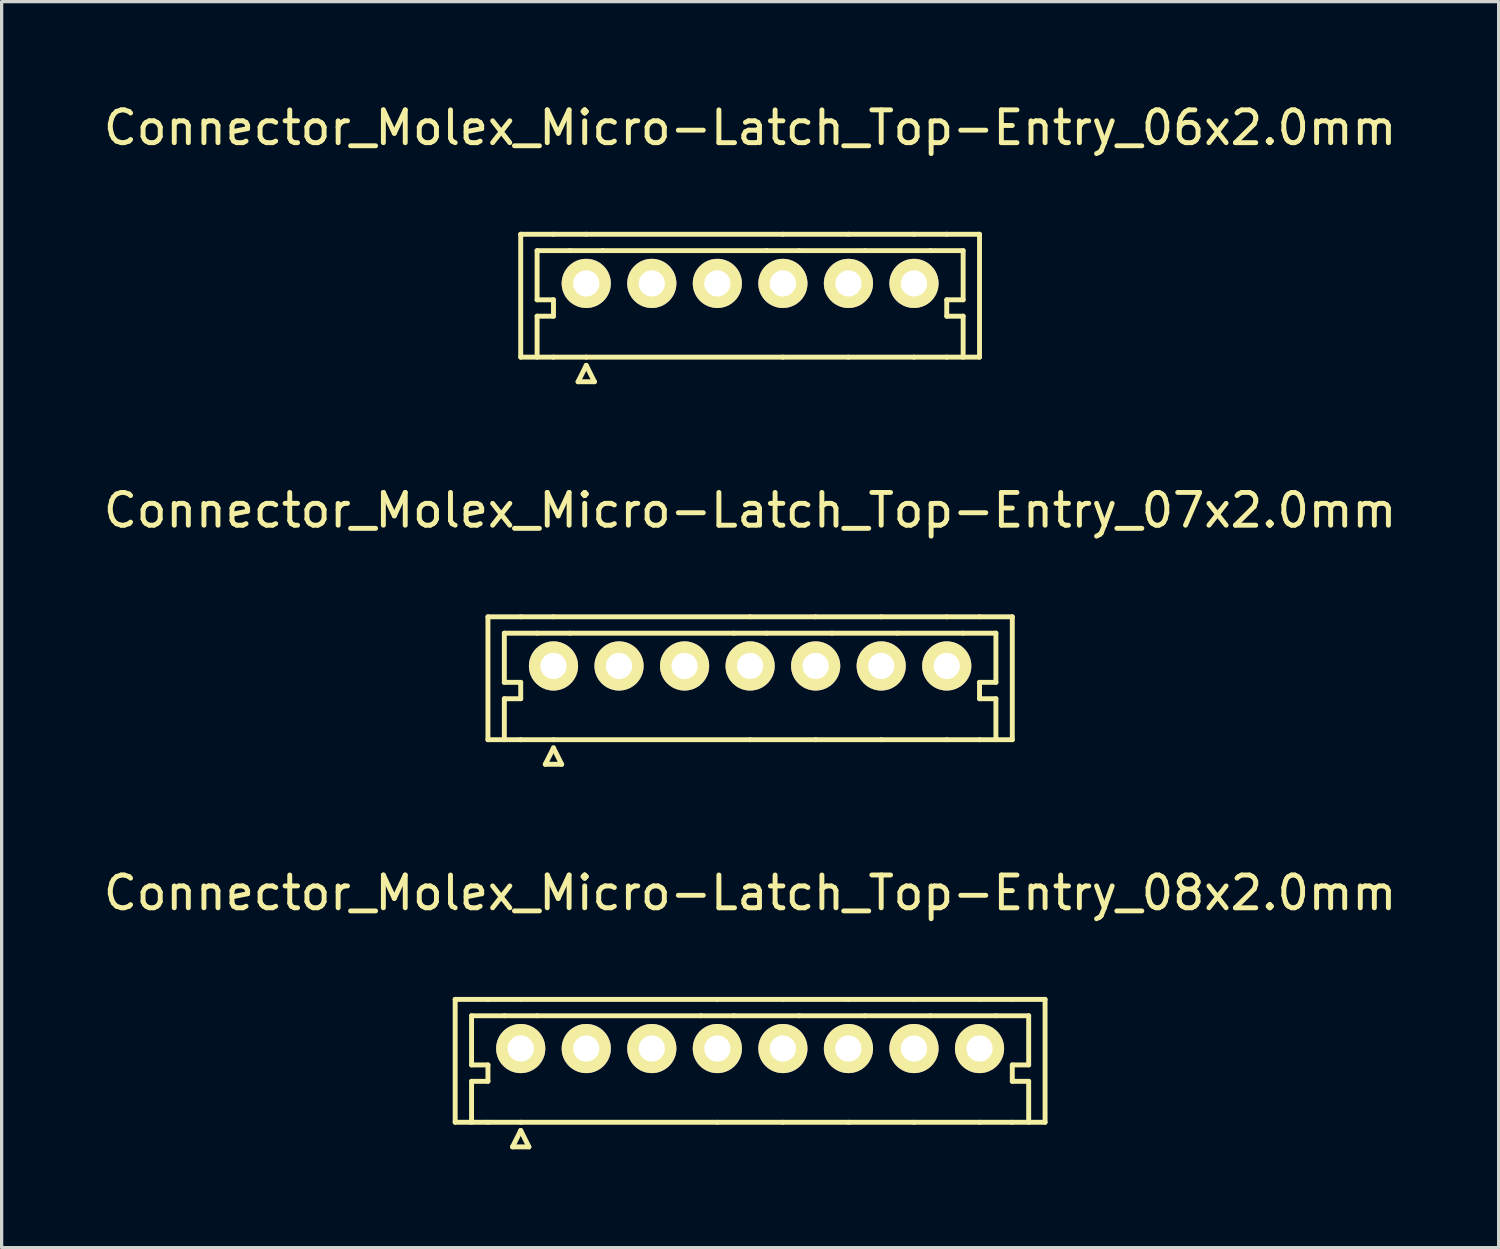
<source format=kicad_pcb>
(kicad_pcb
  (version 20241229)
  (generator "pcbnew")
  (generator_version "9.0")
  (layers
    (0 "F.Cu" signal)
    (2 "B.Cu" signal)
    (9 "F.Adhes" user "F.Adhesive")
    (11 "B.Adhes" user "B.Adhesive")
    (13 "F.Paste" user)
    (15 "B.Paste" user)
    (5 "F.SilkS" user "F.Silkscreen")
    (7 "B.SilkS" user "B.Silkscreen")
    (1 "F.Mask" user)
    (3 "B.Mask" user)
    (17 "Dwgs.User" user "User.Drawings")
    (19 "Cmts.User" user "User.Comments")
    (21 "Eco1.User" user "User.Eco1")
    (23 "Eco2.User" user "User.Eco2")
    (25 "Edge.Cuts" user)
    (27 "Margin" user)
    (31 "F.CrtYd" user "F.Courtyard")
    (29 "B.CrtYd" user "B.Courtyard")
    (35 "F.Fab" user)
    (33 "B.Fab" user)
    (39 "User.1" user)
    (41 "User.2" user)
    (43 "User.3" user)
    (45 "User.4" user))
  (footprint "Connector_Molex_Micro-Latch_Top-Entry_08x2.0mm"
    (layer "F.Cu")
    (at 19.839 28.945)
    (property "Reference" "Connector_Molex_Micro-Latch_Top-Entry_08x2.0mm" (at 0 -4.75 0) (layer "F.SilkS") (effects (font (size 1 1) (thickness 0.15))))
    (attr through_hole)
    (fp_line (start -9 -1.5) (end -9 2.25) (stroke (width 0.15) (type solid)) (layer "F.SilkS"))
    (fp_line (start -8.5 -1) (end -8.5 0.5) (stroke (width 0.15) (type solid)) (layer "F.SilkS"))
    (fp_line (start -8.5 0.5) (end -8 0.5) (stroke (width 0.15) (type solid)) (layer "F.SilkS"))
    (fp_line (start -8.5 1) (end -8.5 2.25) (stroke (width 0.15) (type solid)) (layer "F.SilkS"))
    (fp_line (start -8 -1.5) (end -9 -1.5) (stroke (width 0.15) (type solid)) (layer "F.SilkS"))
    (fp_line (start -8 0.5) (end -8 1) (stroke (width 0.15) (type solid)) (layer "F.SilkS"))
    (fp_line (start -8 1) (end -8.5 1) (stroke (width 0.15) (type solid)) (layer "F.SilkS"))
    (fp_line (start -8 2.25) (end -9 2.25) (stroke (width 0.15) (type solid)) (layer "F.SilkS"))
    (fp_line (start -7.5 -1) (end -8.5 -1) (stroke (width 0.15) (type solid)) (layer "F.SilkS"))
    (fp_line (start -7.25 3) (end -7 2.5) (stroke (width 0.15) (type solid)) (layer "F.SilkS"))
    (fp_line (start -7 -1.5) (end -8 -1.5) (stroke (width 0.15) (type solid)) (layer "F.SilkS"))
    (fp_line (start -7 2.25) (end -8 2.25) (stroke (width 0.15) (type solid)) (layer "F.SilkS"))
    (fp_line (start -7 2.25) (end -1 2.25) (stroke (width 0.15) (type solid)) (layer "F.SilkS"))
    (fp_line (start -7 2.5) (end -6.75 3) (stroke (width 0.15) (type solid)) (layer "F.SilkS"))
    (fp_line (start -6.75 3) (end -7.25 3) (stroke (width 0.15) (type solid)) (layer "F.SilkS"))
    (fp_line (start -6.5 -1) (end -7.5 -1) (stroke (width 0.15) (type solid)) (layer "F.SilkS"))
    (fp_line (start -1.5 -1) (end -6.5 -1) (stroke (width 0.15) (type solid)) (layer "F.SilkS"))
    (fp_line (start -1 -1.5) (end -7 -1.5) (stroke (width 0.15) (type solid)) (layer "F.SilkS"))
    (fp_line (start -0.5 -1) (end -1.5 -1) (stroke (width 0.15) (type solid)) (layer "F.SilkS"))
    (fp_line (start -0.5 -1) (end 1.5 -1) (stroke (width 0.15) (type solid)) (layer "F.SilkS"))
    (fp_line (start 1 -1.5) (end -1 -1.5) (stroke (width 0.15) (type solid)) (layer "F.SilkS"))
    (fp_line (start 1 2.25) (end -1 2.25) (stroke (width 0.15) (type solid)) (layer "F.SilkS"))
    (fp_line (start 1.5 -1) (end 3.5 -1) (stroke (width 0.15) (type solid)) (layer "F.SilkS"))
    (fp_line (start 3 -1.5) (end 1 -1.5) (stroke (width 0.15) (type solid)) (layer "F.SilkS"))
    (fp_line (start 3 2.25) (end 1 2.25) (stroke (width 0.15) (type solid)) (layer "F.SilkS"))
    (fp_line (start 3.5 -1) (end 5.5 -1) (stroke (width 0.15) (type solid)) (layer "F.SilkS"))
    (fp_line (start 5 -1.5) (end 3 -1.5) (stroke (width 0.15) (type solid)) (layer "F.SilkS"))
    (fp_line (start 5 2.25) (end 3 2.25) (stroke (width 0.15) (type solid)) (layer "F.SilkS"))
    (fp_line (start 5.5 -1) (end 7.5 -1) (stroke (width 0.15) (type solid)) (layer "F.SilkS"))
    (fp_line (start 7 -1.5) (end 5 -1.5) (stroke (width 0.15) (type solid)) (layer "F.SilkS"))
    (fp_line (start 7 2.25) (end 5 2.25) (stroke (width 0.15) (type solid)) (layer "F.SilkS"))
    (fp_line (start 8 -1.5) (end 7 -1.5) (stroke (width 0.15) (type solid)) (layer "F.SilkS"))
    (fp_line (start 8 -1.5) (end 9 -1.5) (stroke (width 0.15) (type solid)) (layer "F.SilkS"))
    (fp_line (start 8 0.5) (end 8 1) (stroke (width 0.15) (type solid)) (layer "F.SilkS"))
    (fp_line (start 8 1) (end 8.5 1) (stroke (width 0.15) (type solid)) (layer "F.SilkS"))
    (fp_line (start 8 2.25) (end 7 2.25) (stroke (width 0.15) (type solid)) (layer "F.SilkS"))
    (fp_line (start 8.5 -1) (end 7.5 -1) (stroke (width 0.15) (type solid)) (layer "F.SilkS"))
    (fp_line (start 8.5 -1) (end 8.5 0.5) (stroke (width 0.15) (type solid)) (layer "F.SilkS"))
    (fp_line (start 8.5 0.5) (end 8 0.5) (stroke (width 0.15) (type solid)) (layer "F.SilkS"))
    (fp_line (start 8.5 1) (end 8.5 2.25) (stroke (width 0.15) (type solid)) (layer "F.SilkS"))
    (fp_line (start 9 -1.5) (end 9 2.25) (stroke (width 0.15) (type solid)) (layer "F.SilkS"))
    (fp_line (start 9 2.25) (end 8 2.25) (stroke (width 0.15) (type solid)) (layer "F.SilkS"))
    (pad "1" thru_hole circle (at -7 0) (size 1.5 1.5) (drill 0.8) (layers "*.Cu" "*.Mask" "F.SilkS"))
    (pad "2" thru_hole circle (at -5 0) (size 1.5 1.5) (drill 0.8) (layers "*.Cu" "*.Mask" "F.SilkS"))
    (pad "3" thru_hole circle (at -3 0) (size 1.5 1.5) (drill 0.8) (layers "*.Cu" "*.Mask" "F.SilkS"))
    (pad "4" thru_hole circle (at -1 0) (size 1.5 1.5) (drill 0.8) (layers "*.Cu" "*.Mask" "F.SilkS"))
    (pad "5" thru_hole circle (at 1 0) (size 1.5 1.5) (drill 0.8) (layers "*.Cu" "*.Mask" "F.SilkS"))
    (pad "6" thru_hole circle (at 3 0) (size 1.5 1.5) (drill 0.8) (layers "*.Cu" "*.Mask" "F.SilkS"))
    (pad "7" thru_hole circle (at 5 0) (size 1.5 1.5) (drill 0.8) (layers "*.Cu" "*.Mask" "F.SilkS"))
    (pad "8" thru_hole circle (at 7 0) (size 1.5 1.5) (drill 0.8) (layers "*.Cu" "*.Mask" "F.SilkS")))
  (footprint "Connector_Molex_Micro-Latch_Top-Entry_07x2.0mm"
    (layer "F.Cu")
    (at 19.839 17.271)
    (property "Reference" "Connector_Molex_Micro-Latch_Top-Entry_07x2.0mm" (at 0 -4.75 0) (layer "F.SilkS") (effects (font (size 1 1) (thickness 0.15))))
    (attr through_hole)
    (fp_line (start -8 -1.5) (end -8 2.25) (stroke (width 0.15) (type solid)) (layer "F.SilkS"))
    (fp_line (start -7.5 -1) (end -7.5 0.5) (stroke (width 0.15) (type solid)) (layer "F.SilkS"))
    (fp_line (start -7.5 0.5) (end -7 0.5) (stroke (width 0.15) (type solid)) (layer "F.SilkS"))
    (fp_line (start -7.5 1) (end -7.5 2.25) (stroke (width 0.15) (type solid)) (layer "F.SilkS"))
    (fp_line (start -7 -1.5) (end -8 -1.5) (stroke (width 0.15) (type solid)) (layer "F.SilkS"))
    (fp_line (start -7 0.5) (end -7 1) (stroke (width 0.15) (type solid)) (layer "F.SilkS"))
    (fp_line (start -7 1) (end -7.5 1) (stroke (width 0.15) (type solid)) (layer "F.SilkS"))
    (fp_line (start -7 2.25) (end -8 2.25) (stroke (width 0.15) (type solid)) (layer "F.SilkS"))
    (fp_line (start -6.5 -1) (end -7.5 -1) (stroke (width 0.15) (type solid)) (layer "F.SilkS"))
    (fp_line (start -6.25 3) (end -6 2.5) (stroke (width 0.15) (type solid)) (layer "F.SilkS"))
    (fp_line (start -6 -1.5) (end -7 -1.5) (stroke (width 0.15) (type solid)) (layer "F.SilkS"))
    (fp_line (start -6 2.25) (end -7 2.25) (stroke (width 0.15) (type solid)) (layer "F.SilkS"))
    (fp_line (start -6 2.25) (end 0 2.25) (stroke (width 0.15) (type solid)) (layer "F.SilkS"))
    (fp_line (start -6 2.5) (end -5.75 3) (stroke (width 0.15) (type solid)) (layer "F.SilkS"))
    (fp_line (start -5.75 3) (end -6.25 3) (stroke (width 0.15) (type solid)) (layer "F.SilkS"))
    (fp_line (start -5.5 -1) (end -6.5 -1) (stroke (width 0.15) (type solid)) (layer "F.SilkS"))
    (fp_line (start -0.5 -1) (end -5.5 -1) (stroke (width 0.15) (type solid)) (layer "F.SilkS"))
    (fp_line (start 0 -1.5) (end -6 -1.5) (stroke (width 0.15) (type solid)) (layer "F.SilkS"))
    (fp_line (start 0.5 -1) (end -0.5 -1) (stroke (width 0.15) (type solid)) (layer "F.SilkS"))
    (fp_line (start 0.5 -1) (end 2.5 -1) (stroke (width 0.15) (type solid)) (layer "F.SilkS"))
    (fp_line (start 2 -1.5) (end 0 -1.5) (stroke (width 0.15) (type solid)) (layer "F.SilkS"))
    (fp_line (start 2 2.25) (end 0 2.25) (stroke (width 0.15) (type solid)) (layer "F.SilkS"))
    (fp_line (start 2.5 -1) (end 4.5 -1) (stroke (width 0.15) (type solid)) (layer "F.SilkS"))
    (fp_line (start 4 -1.5) (end 2 -1.5) (stroke (width 0.15) (type solid)) (layer "F.SilkS"))
    (fp_line (start 4 2.25) (end 2 2.25) (stroke (width 0.15) (type solid)) (layer "F.SilkS"))
    (fp_line (start 4.5 -1) (end 6.5 -1) (stroke (width 0.15) (type solid)) (layer "F.SilkS"))
    (fp_line (start 6 -1.5) (end 4 -1.5) (stroke (width 0.15) (type solid)) (layer "F.SilkS"))
    (fp_line (start 6 2.25) (end 4 2.25) (stroke (width 0.15) (type solid)) (layer "F.SilkS"))
    (fp_line (start 7 -1.5) (end 6 -1.5) (stroke (width 0.15) (type solid)) (layer "F.SilkS"))
    (fp_line (start 7 -1.5) (end 8 -1.5) (stroke (width 0.15) (type solid)) (layer "F.SilkS"))
    (fp_line (start 7 0.5) (end 7 1) (stroke (width 0.15) (type solid)) (layer "F.SilkS"))
    (fp_line (start 7 1) (end 7.5 1) (stroke (width 0.15) (type solid)) (layer "F.SilkS"))
    (fp_line (start 7 2.25) (end 6 2.25) (stroke (width 0.15) (type solid)) (layer "F.SilkS"))
    (fp_line (start 7.5 -1) (end 6.5 -1) (stroke (width 0.15) (type solid)) (layer "F.SilkS"))
    (fp_line (start 7.5 -1) (end 7.5 0.5) (stroke (width 0.15) (type solid)) (layer "F.SilkS"))
    (fp_line (start 7.5 0.5) (end 7 0.5) (stroke (width 0.15) (type solid)) (layer "F.SilkS"))
    (fp_line (start 7.5 1) (end 7.5 2.25) (stroke (width 0.15) (type solid)) (layer "F.SilkS"))
    (fp_line (start 8 -1.5) (end 8 2.25) (stroke (width 0.15) (type solid)) (layer "F.SilkS"))
    (fp_line (start 8 2.25) (end 7 2.25) (stroke (width 0.15) (type solid)) (layer "F.SilkS"))
    (pad "1" thru_hole circle (at -6 0) (size 1.5 1.5) (drill 0.8) (layers "*.Cu" "*.Mask" "F.SilkS"))
    (pad "2" thru_hole circle (at -4 0) (size 1.5 1.5) (drill 0.8) (layers "*.Cu" "*.Mask" "F.SilkS"))
    (pad "3" thru_hole circle (at -2 0) (size 1.5 1.5) (drill 0.8) (layers "*.Cu" "*.Mask" "F.SilkS"))
    (pad "4" thru_hole circle (at 0 0) (size 1.5 1.5) (drill 0.8) (layers "*.Cu" "*.Mask" "F.SilkS"))
    (pad "5" thru_hole circle (at 2 0) (size 1.5 1.5) (drill 0.8) (layers "*.Cu" "*.Mask" "F.SilkS"))
    (pad "6" thru_hole circle (at 4 0) (size 1.5 1.5) (drill 0.8) (layers "*.Cu" "*.Mask" "F.SilkS"))
    (pad "7" thru_hole circle (at 6 0) (size 1.5 1.5) (drill 0.8) (layers "*.Cu" "*.Mask" "F.SilkS")))
  (footprint "Connector_Molex_Micro-Latch_Top-Entry_06x2.0mm"
    (layer "F.Cu")
    (at 19.839 5.598)
    (property "Reference" "Connector_Molex_Micro-Latch_Top-Entry_06x2.0mm" (at 0 -4.75 0) (layer "F.SilkS") (effects (font (size 1 1) (thickness 0.15))))
    (attr through_hole)
    (fp_line (start -7 -1.5) (end -7 2.25) (stroke (width 0.15) (type solid)) (layer "F.SilkS"))
    (fp_line (start -6.5 -1) (end -6.5 0.5) (stroke (width 0.15) (type solid)) (layer "F.SilkS"))
    (fp_line (start -6.5 0.5) (end -6 0.5) (stroke (width 0.15) (type solid)) (layer "F.SilkS"))
    (fp_line (start -6.5 1) (end -6.5 2.25) (stroke (width 0.15) (type solid)) (layer "F.SilkS"))
    (fp_line (start -6 -1.5) (end -7 -1.5) (stroke (width 0.15) (type solid)) (layer "F.SilkS"))
    (fp_line (start -6 0.5) (end -6 1) (stroke (width 0.15) (type solid)) (layer "F.SilkS"))
    (fp_line (start -6 1) (end -6.5 1) (stroke (width 0.15) (type solid)) (layer "F.SilkS"))
    (fp_line (start -6 2.25) (end -7 2.25) (stroke (width 0.15) (type solid)) (layer "F.SilkS"))
    (fp_line (start -5.5 -1) (end -6.5 -1) (stroke (width 0.15) (type solid)) (layer "F.SilkS"))
    (fp_line (start -5.25 3) (end -5 2.5) (stroke (width 0.15) (type solid)) (layer "F.SilkS"))
    (fp_line (start -5 -1.5) (end -6 -1.5) (stroke (width 0.15) (type solid)) (layer "F.SilkS"))
    (fp_line (start -5 2.25) (end -6 2.25) (stroke (width 0.15) (type solid)) (layer "F.SilkS"))
    (fp_line (start -5 2.25) (end 1 2.25) (stroke (width 0.15) (type solid)) (layer "F.SilkS"))
    (fp_line (start -5 2.5) (end -4.75 3) (stroke (width 0.15) (type solid)) (layer "F.SilkS"))
    (fp_line (start -4.75 3) (end -5.25 3) (stroke (width 0.15) (type solid)) (layer "F.SilkS"))
    (fp_line (start -4.5 -1) (end -5.5 -1) (stroke (width 0.15) (type solid)) (layer "F.SilkS"))
    (fp_line (start 0.5 -1) (end -4.5 -1) (stroke (width 0.15) (type solid)) (layer "F.SilkS"))
    (fp_line (start 1 -1.5) (end -5 -1.5) (stroke (width 0.15) (type solid)) (layer "F.SilkS"))
    (fp_line (start 1.5 -1) (end 0.5 -1) (stroke (width 0.15) (type solid)) (layer "F.SilkS"))
    (fp_line (start 1.5 -1) (end 3.5 -1) (stroke (width 0.15) (type solid)) (layer "F.SilkS"))
    (fp_line (start 3 -1.5) (end 1 -1.5) (stroke (width 0.15) (type solid)) (layer "F.SilkS"))
    (fp_line (start 3 2.25) (end 1 2.25) (stroke (width 0.15) (type solid)) (layer "F.SilkS"))
    (fp_line (start 3.5 -1) (end 5.5 -1) (stroke (width 0.15) (type solid)) (layer "F.SilkS"))
    (fp_line (start 5 -1.5) (end 3 -1.5) (stroke (width 0.15) (type solid)) (layer "F.SilkS"))
    (fp_line (start 5 2.25) (end 3 2.25) (stroke (width 0.15) (type solid)) (layer "F.SilkS"))
    (fp_line (start 6 -1.5) (end 5 -1.5) (stroke (width 0.15) (type solid)) (layer "F.SilkS"))
    (fp_line (start 6 -1.5) (end 7 -1.5) (stroke (width 0.15) (type solid)) (layer "F.SilkS"))
    (fp_line (start 6 0.5) (end 6 1) (stroke (width 0.15) (type solid)) (layer "F.SilkS"))
    (fp_line (start 6 1) (end 6.5 1) (stroke (width 0.15) (type solid)) (layer "F.SilkS"))
    (fp_line (start 6 2.25) (end 5 2.25) (stroke (width 0.15) (type solid)) (layer "F.SilkS"))
    (fp_line (start 6.5 -1) (end 5.5 -1) (stroke (width 0.15) (type solid)) (layer "F.SilkS"))
    (fp_line (start 6.5 -1) (end 6.5 0.5) (stroke (width 0.15) (type solid)) (layer "F.SilkS"))
    (fp_line (start 6.5 0.5) (end 6 0.5) (stroke (width 0.15) (type solid)) (layer "F.SilkS"))
    (fp_line (start 6.5 1) (end 6.5 2.25) (stroke (width 0.15) (type solid)) (layer "F.SilkS"))
    (fp_line (start 7 -1.5) (end 7 2.25) (stroke (width 0.15) (type solid)) (layer "F.SilkS"))
    (fp_line (start 7 2.25) (end 6 2.25) (stroke (width 0.15) (type solid)) (layer "F.SilkS"))
    (pad "1" thru_hole circle (at -5 0) (size 1.5 1.5) (drill 0.8) (layers "*.Cu" "*.Mask" "F.SilkS"))
    (pad "2" thru_hole circle (at -3 0) (size 1.5 1.5) (drill 0.8) (layers "*.Cu" "*.Mask" "F.SilkS"))
    (pad "3" thru_hole circle (at -1 0) (size 1.5 1.5) (drill 0.8) (layers "*.Cu" "*.Mask" "F.SilkS"))
    (pad "4" thru_hole circle (at 1 0) (size 1.5 1.5) (drill 0.8) (layers "*.Cu" "*.Mask" "F.SilkS"))
    (pad "5" thru_hole circle (at 3 0) (size 1.5 1.5) (drill 0.8) (layers "*.Cu" "*.Mask" "F.SilkS"))
    (pad "6" thru_hole circle (at 5 0) (size 1.5 1.5) (drill 0.8) (layers "*.Cu" "*.Mask" "F.SilkS")))
  (gr_rect
    (start -3 -3)
    (end 42.679 35.02)
    (stroke (width 0.1) (type default))
    (fill no)
    (layer "Edge.Cuts")))
</source>
